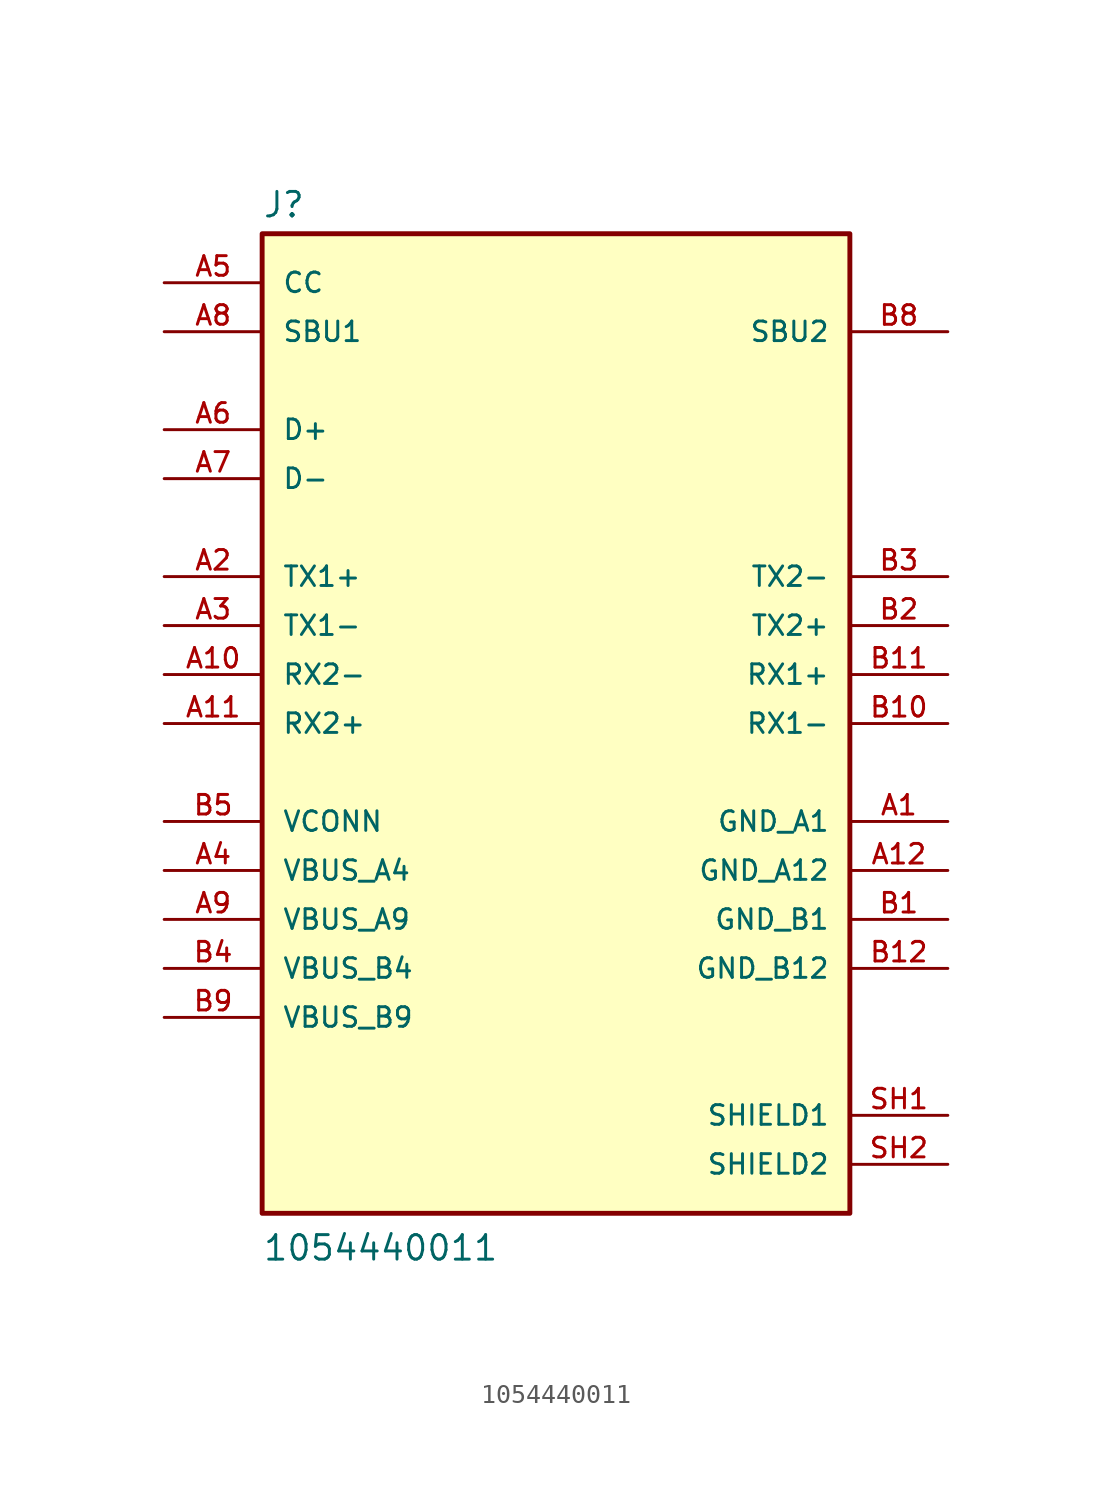
<source format=kicad_sym>
(kicad_symbol_lib
  (version 20211014)
  (generator kicad_symbol_editor)
  (symbol "1054440011"
    (pin_names
      (offset 1.016))
    (property "Reference" "J"
      (at -15.24 26.162 0)
      (effects (font (size 1.27 1.27)) (justify bottom left)))
    (property "Value" "1054440011"
      (at -15.24 -27.94 0)
      (effects (font (size 1.27 1.27)) (justify bottom left)))
    (symbol "1054440011_0_0"
      (rectangle (start -15.24 -25.4) (end 15.24 25.4) (stroke (width 0.254)) (fill (type background)))
      (pin power_in line (at 20.32 -5.08 180.0) (length 5.08) (name "GND_A1" (effects (font (size 1.016 1.016)))) (number "A1" (effects (font (size 1.016 1.016)))))
      (pin bidirectional line (at -20.32 5.08 0) (length 5.08) (name "TX1-" (effects (font (size 1.016 1.016)))) (number "A3" (effects (font (size 1.016 1.016)))))
      (pin bidirectional line (at -20.32 7.62 0) (length 5.08) (name "TX1+" (effects (font (size 1.016 1.016)))) (number "A2" (effects (font (size 1.016 1.016)))))
      (pin power_in line (at -20.32 -7.62 0) (length 5.08) (name "VBUS_A4" (effects (font (size 1.016 1.016)))) (number "A4" (effects (font (size 1.016 1.016)))))
      (pin bidirectional line (at -20.32 15.24 0) (length 5.08) (name "D+" (effects (font (size 1.016 1.016)))) (number "A6" (effects (font (size 1.016 1.016)))))
      (pin bidirectional line (at -20.32 22.86 0) (length 5.08) (name "CC" (effects (font (size 1.016 1.016)))) (number "A5" (effects (font (size 1.016 1.016)))))
      (pin bidirectional line (at -20.32 20.32 0) (length 5.08) (name "SBU1" (effects (font (size 1.016 1.016)))) (number "A8" (effects (font (size 1.016 1.016)))))
      (pin bidirectional line (at -20.32 12.7 0) (length 5.08) (name "D-" (effects (font (size 1.016 1.016)))) (number "A7" (effects (font (size 1.016 1.016)))))
      (pin bidirectional line (at -20.32 2.54 0) (length 5.08) (name "RX2-" (effects (font (size 1.016 1.016)))) (number "A10" (effects (font (size 1.016 1.016)))))
      (pin bidirectional line (at -20.32 0.0 0) (length 5.08) (name "RX2+" (effects (font (size 1.016 1.016)))) (number "A11" (effects (font (size 1.016 1.016)))))
      (pin passive line (at 20.32 -20.32 180.0) (length 5.08) (name "SHIELD1" (effects (font (size 1.016 1.016)))) (number "SH1" (effects (font (size 1.016 1.016)))))
      (pin power_in line (at 20.32 -10.16 180.0) (length 5.08) (name "GND_B1" (effects (font (size 1.016 1.016)))) (number "B1" (effects (font (size 1.016 1.016)))))
      (pin bidirectional line (at 20.32 7.62 180.0) (length 5.08) (name "TX2-" (effects (font (size 1.016 1.016)))) (number "B3" (effects (font (size 1.016 1.016)))))
      (pin bidirectional line (at 20.32 5.08 180.0) (length 5.08) (name "TX2+" (effects (font (size 1.016 1.016)))) (number "B2" (effects (font (size 1.016 1.016)))))
      (pin power_in line (at -20.32 -12.7 0) (length 5.08) (name "VBUS_B4" (effects (font (size 1.016 1.016)))) (number "B4" (effects (font (size 1.016 1.016)))))
      (pin power_in line (at -20.32 -5.08 0) (length 5.08) (name "VCONN" (effects (font (size 1.016 1.016)))) (number "B5" (effects (font (size 1.016 1.016)))))
      (pin bidirectional line (at 20.32 20.32 180.0) (length 5.08) (name "SBU2" (effects (font (size 1.016 1.016)))) (number "B8" (effects (font (size 1.016 1.016)))))
      (pin bidirectional line (at 20.32 0.0 180.0) (length 5.08) (name "RX1-" (effects (font (size 1.016 1.016)))) (number "B10" (effects (font (size 1.016 1.016)))))
      (pin bidirectional line (at 20.32 2.54 180.0) (length 5.08) (name "RX1+" (effects (font (size 1.016 1.016)))) (number "B11" (effects (font (size 1.016 1.016)))))
      (pin power_in line (at -20.32 -10.16 0) (length 5.08) (name "VBUS_A9" (effects (font (size 1.016 1.016)))) (number "A9" (effects (font (size 1.016 1.016)))))
      (pin power_in line (at -20.32 -15.24 0) (length 5.08) (name "VBUS_B9" (effects (font (size 1.016 1.016)))) (number "B9" (effects (font (size 1.016 1.016)))))
      (pin power_in line (at 20.32 -7.62 180.0) (length 5.08) (name "GND_A12" (effects (font (size 1.016 1.016)))) (number "A12" (effects (font (size 1.016 1.016)))))
      (pin power_in line (at 20.32 -12.7 180.0) (length 5.08) (name "GND_B12" (effects (font (size 1.016 1.016)))) (number "B12" (effects (font (size 1.016 1.016)))))
      (pin passive line (at 20.32 -22.86 180.0) (length 5.08) (name "SHIELD2" (effects (font (size 1.016 1.016)))) (number "SH2" (effects (font (size 1.016 1.016))))))))
</source>
